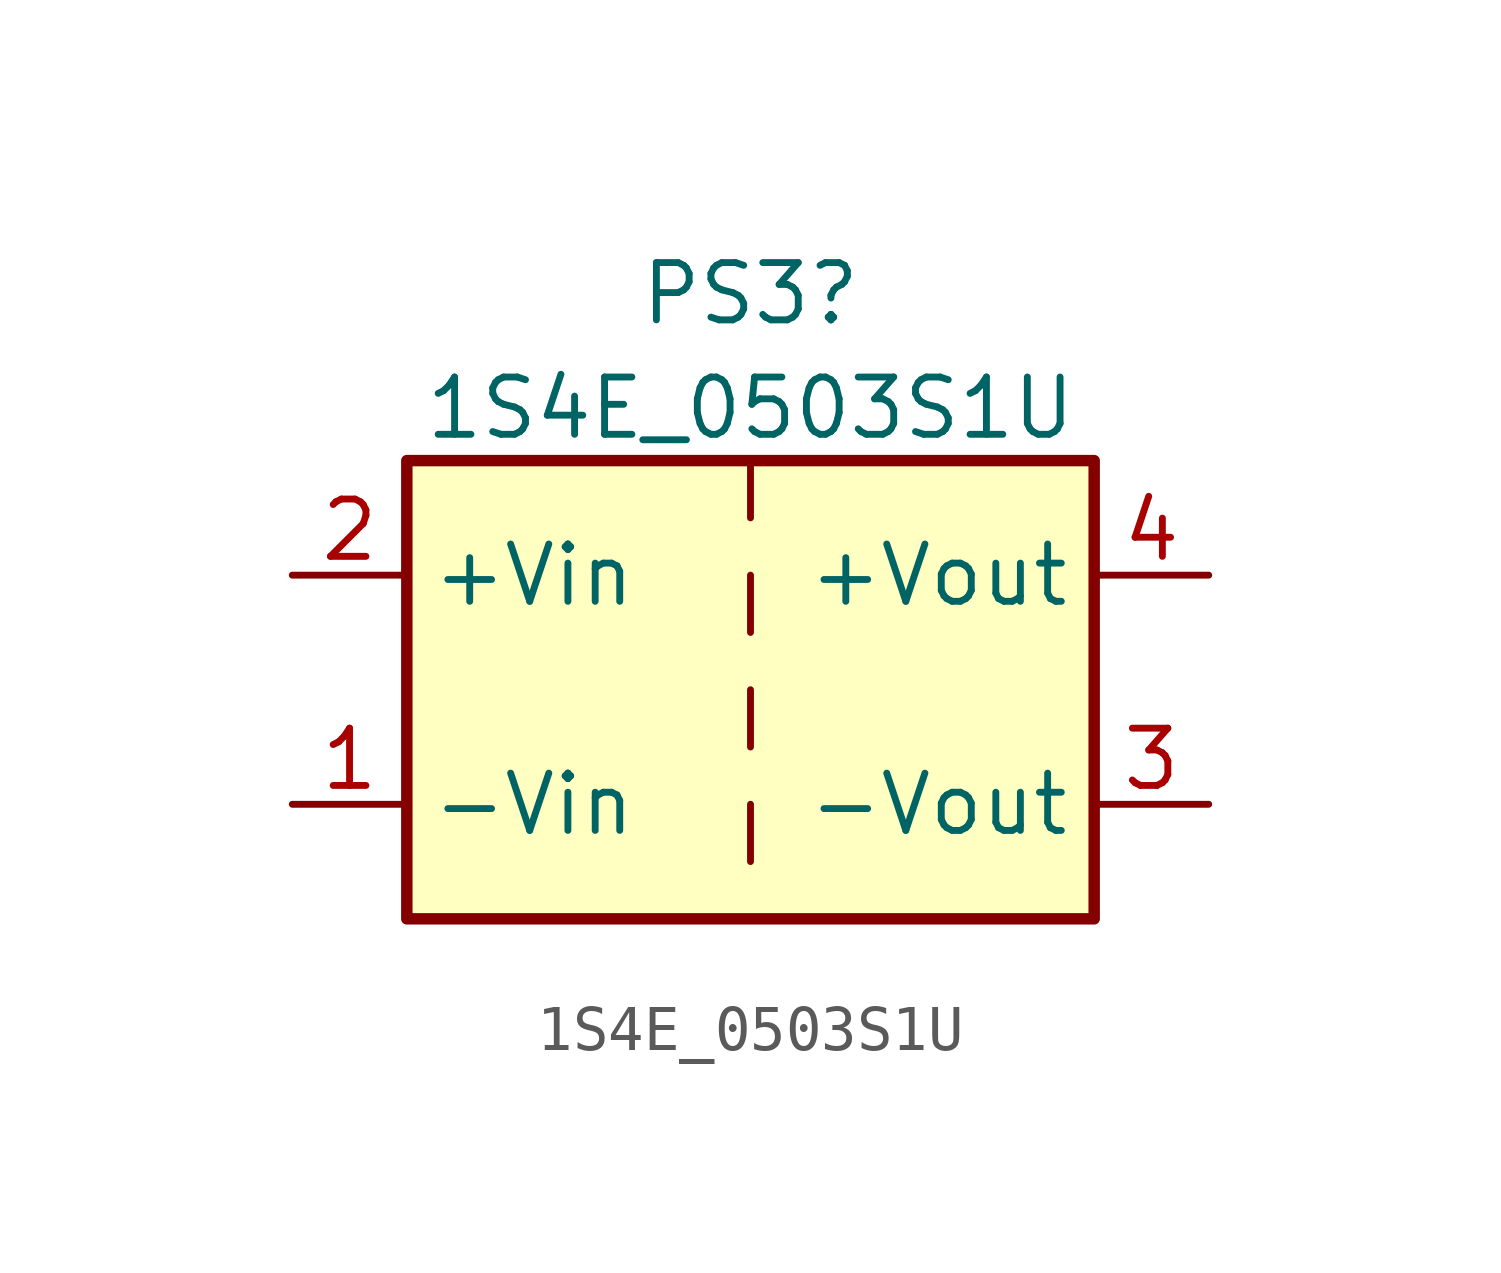
<source format=kicad_sym>
(kicad_symbol_lib
  (version 20211014)
  (generator kicad_symbol_editor)
  (symbol "1S4E_0503S1U"
    (property "Reference" "PS3"
      (at 0 8.78 0)
      (effects (font (size 1.27 1.27))))
    (property "Value" "1S4E_0503S1U"
      (at 0 6.243 0)
      (effects (font (size 1.27 1.27))))
    (symbol "1S4E_0503S1U_0_0"
      (pin power_in line (at -10.16 -2.54 0) (length 2.54) (name "-Vin" (effects (font (size 1.27 1.27)))) (number "1" (effects (font (size 1.27 1.27)))))
      (pin power_in line (at -10.16 2.54 0) (length 2.54) (name "+Vin" (effects (font (size 1.27 1.27)))) (number "2" (effects (font (size 1.27 1.27)))))
      (pin power_out line (at 10.16 -2.54 180) (length 2.54) (name "-Vout" (effects (font (size 1.27 1.27)))) (number "3" (effects (font (size 1.27 1.27)))))
      (pin power_out line (at 10.16 2.54 180) (length 2.54) (name "+Vout" (effects (font (size 1.27 1.27)))) (number "4" (effects (font (size 1.27 1.27))))))
    (symbol "1S4E_0503S1U_0_1"
      (rectangle (start -7.62 5.08) (end 7.62 -5.08) (stroke (width 0.254) (type default) (color 0 0 0 0)) (fill (type background)))
      (polyline (pts (xy 0 -2.54) (xy 0 -3.81)) (stroke (width 0) (type default) (color 0 0 0 0)) (fill (type none)))
      (polyline (pts (xy 0 0) (xy 0 -1.27)) (stroke (width 0) (type default) (color 0 0 0 0)) (fill (type none)))
      (polyline (pts (xy 0 2.54) (xy 0 1.27)) (stroke (width 0) (type default) (color 0 0 0 0)) (fill (type none)))
      (polyline (pts (xy 0 5.08) (xy 0 3.81)) (stroke (width 0) (type default) (color 0 0 0 0)) (fill (type none))))))
</source>
